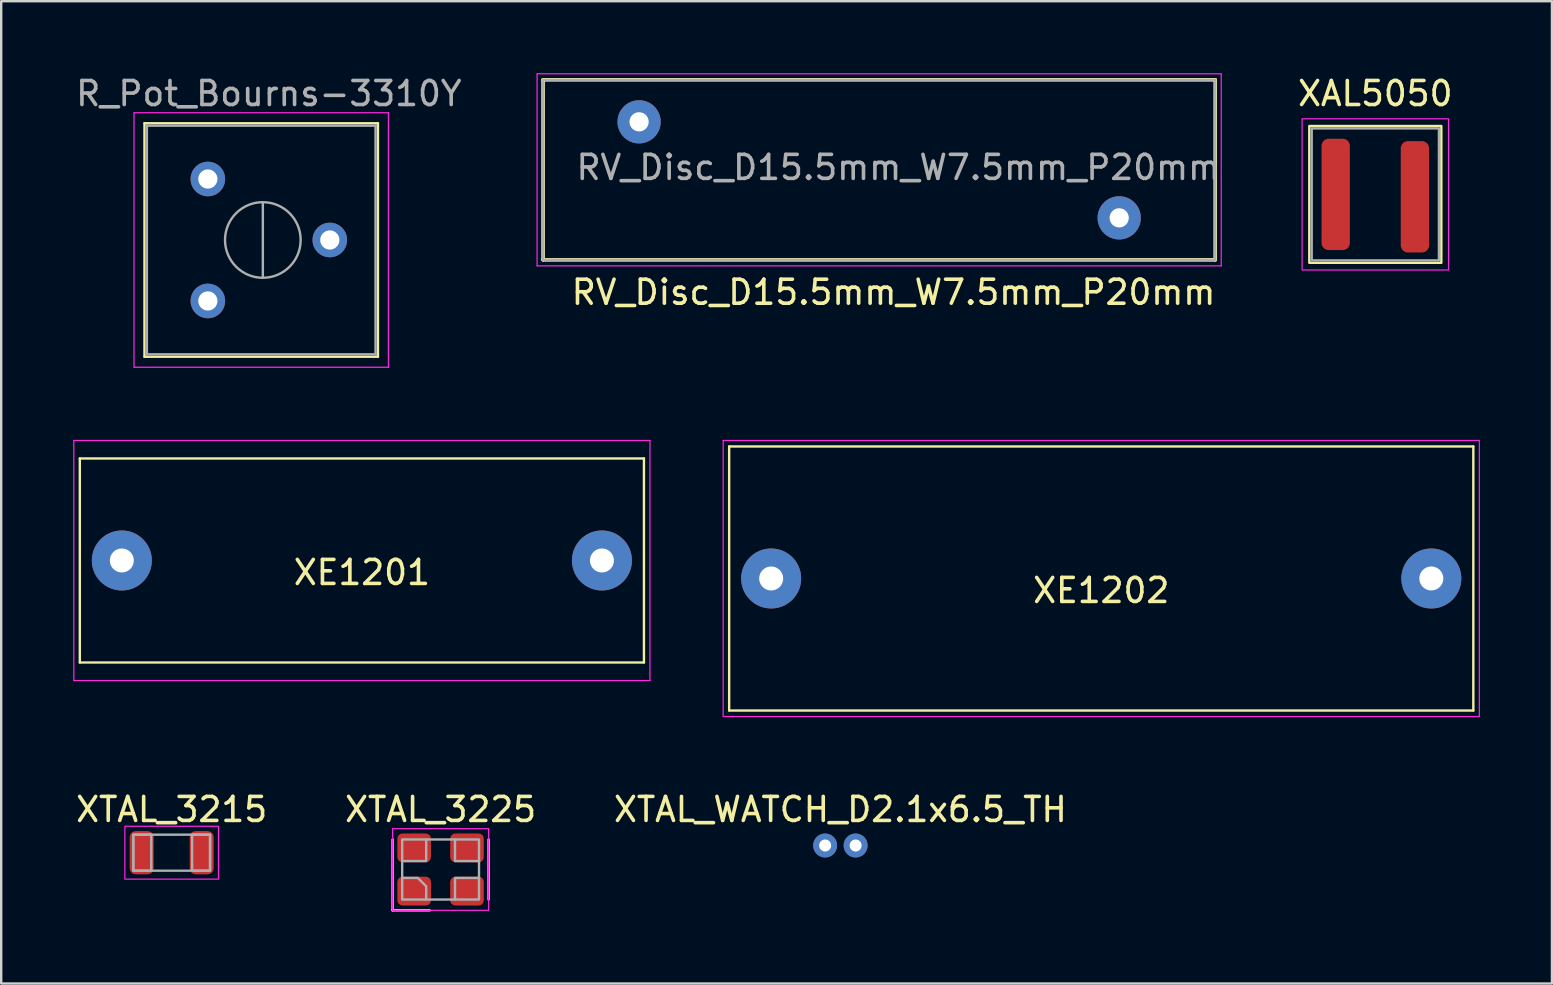
<source format=kicad_pcb>
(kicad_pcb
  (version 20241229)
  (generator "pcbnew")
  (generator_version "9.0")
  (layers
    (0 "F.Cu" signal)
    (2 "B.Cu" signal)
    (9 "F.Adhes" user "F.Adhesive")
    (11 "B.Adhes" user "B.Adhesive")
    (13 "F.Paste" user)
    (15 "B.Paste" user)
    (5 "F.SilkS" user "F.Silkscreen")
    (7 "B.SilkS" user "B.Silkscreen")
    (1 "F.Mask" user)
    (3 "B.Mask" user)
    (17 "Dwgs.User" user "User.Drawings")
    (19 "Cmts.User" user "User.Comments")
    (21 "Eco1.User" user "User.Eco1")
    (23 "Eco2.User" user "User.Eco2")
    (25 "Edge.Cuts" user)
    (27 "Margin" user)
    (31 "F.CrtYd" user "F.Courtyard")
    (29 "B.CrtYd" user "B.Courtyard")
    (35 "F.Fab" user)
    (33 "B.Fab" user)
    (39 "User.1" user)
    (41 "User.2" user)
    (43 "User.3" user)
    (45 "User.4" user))
  (footprint "XTAL_WATCH_D2.1x6.5_TH"
    (layer "F.Cu")
    (at 31.958 32.171)
    (property "Reference" "XTAL_WATCH_D2.1x6.5_TH" (at 0 -1.5 0) (layer "F.SilkS") (effects (font (size 1 1) (thickness 0.15))))
    (attr through_hole)
    (fp_line (start -0.635 -0.7) (end 0.635 -0.7) (stroke (width 0.1) (type solid)) (layer "B.Paste"))
    (fp_line (start -0.635 0.7) (end 0.635 0.7) (stroke (width 0.1) (type solid)) (layer "B.Paste"))
    (fp_arc (start -0.635 0.7) (mid -1.335 0) (end -0.635 -0.7) (stroke (width 0.1) (type solid)) (layer "B.Paste"))
    (fp_arc (start 0.635 -0.7) (mid 1.335 0) (end 0.635 0.7) (stroke (width 0.1) (type solid)) (layer "B.Paste"))
    (pad "1" thru_hole circle (at -0.635 0) (size 1 1) (drill 0.5) (layers "*.Cu" "*.Mask"))
    (pad "2" thru_hole circle (at 0.635 0) (size 1 1) (drill 0.5) (layers "*.Cu" "*.Mask")))
  (footprint "XE1201"
    (layer "F.Cu")
    (at 12.025 20.298)
    (property "Reference" "XE1201" (at 0 0.5 0) (layer "F.SilkS") (effects (font (size 1 1) (thickness 0.15))))
    (attr through_hole)
    (fp_line (start -11.75 -4.25) (end 11.75 -4.25) (stroke (width 0.1) (type solid)) (layer "F.SilkS"))
    (fp_line (start -11.75 4.25) (end -11.75 -4.25) (stroke (width 0.1) (type solid)) (layer "F.SilkS"))
    (fp_line (start 11.75 -4.25) (end 11.75 4.25) (stroke (width 0.1) (type solid)) (layer "F.SilkS"))
    (fp_line (start 11.75 4.25) (end -11.75 4.25) (stroke (width 0.1) (type solid)) (layer "F.SilkS"))
    (fp_line (start -12 -5) (end -12 5) (stroke (width 0.05) (type solid)) (layer "F.CrtYd"))
    (fp_line (start -12 -5) (end 12 -5) (stroke (width 0.05) (type solid)) (layer "F.CrtYd"))
    (fp_line (start 12 -5) (end 12 5) (stroke (width 0.05) (type solid)) (layer "F.CrtYd"))
    (fp_line (start 12 5) (end -12 5) (stroke (width 0.05) (type solid)) (layer "F.CrtYd"))
    (pad "1" thru_hole circle (at -10 0) (size 2.5 2.5) (drill 1) (layers "*.Cu" "*.Mask"))
    (pad "2" thru_hole circle (at 10 0) (size 2.5 2.5) (drill 1) (layers "*.Cu" "*.Mask")))
  (footprint "XAL5050"
    (layer "F.Cu")
    (at 54.242 5.048)
    (property "Reference" "XAL5050" (at 0 -4.2 0) (unlocked yes) (layer "F.SilkS") (effects (font (size 1 1) (thickness 0.15))))
    (attr smd)
    (fp_rect (start -2.75 -2.85) (end 2.75 2.85) (stroke (width 0.1) (type solid)) (fill no) (layer "F.SilkS"))
    (fp_rect (start -3.05 -3.15) (end 3.05 3.15) (stroke (width 0.05) (type solid)) (fill no) (layer "F.CrtYd"))
    (fp_rect (start -2.65 -2.75) (end 2.65 2.75) (stroke (width 0.1) (type solid)) (fill no) (layer "F.Fab"))
    (pad "1" smd roundrect (at -1.65 0) (size 1.18 4.64) (layers "F.Cu" "F.Mask" "F.Paste") (roundrect_rratio 0.25))
    (pad "2" smd roundrect (at 1.65 0.1) (size 1.18 4.64) (layers "F.Cu" "F.Mask" "F.Paste") (roundrect_rratio 0.25)))
  (footprint "XTAL_3225"
    (layer "F.Cu")
    (at 15.304 33.171)
    (property "Reference" "XTAL_3225" (at 0 -2.5 0) (layer "F.SilkS") (effects (font (size 1 1) (thickness 0.15))))
    (attr smd)
    (fp_line (start -2 -1.25) (end -2 1.7) (stroke (width 0.1) (type solid)) (layer "F.SilkS"))
    (fp_line (start -2 1.7) (end -0.45 1.7) (stroke (width 0.1) (type solid)) (layer "F.SilkS"))
    (fp_line (start 2 -1.25) (end 2 1.25) (stroke (width 0.1) (type solid)) (layer "F.SilkS"))
    (fp_line (start -2 -1.7) (end -2 1.7) (stroke (width 0.05) (type solid)) (layer "F.CrtYd"))
    (fp_line (start -2 1.7) (end 2 1.7) (stroke (width 0.05) (type solid)) (layer "F.CrtYd"))
    (fp_line (start 2 -1.7) (end -2 -1.7) (stroke (width 0.05) (type solid)) (layer "F.CrtYd"))
    (fp_line (start 2 1.7) (end 2 -1.7) (stroke (width 0.05) (type solid)) (layer "F.CrtYd"))
    (fp_line (start -1.6 -0.35) (end -1.6 0.35) (stroke (width 0.1) (type solid)) (layer "F.Fab"))
    (fp_line (start -0.6 1.25) (end 0.6 1.25) (stroke (width 0.1) (type solid)) (layer "F.Fab"))
    (fp_line (start 0.6 -1.25) (end -0.6 -1.25) (stroke (width 0.1) (type solid)) (layer "F.Fab"))
    (fp_line (start 1.6 0.35) (end 1.6 -0.35) (stroke (width 0.1) (type solid)) (layer "F.Fab"))
    (fp_poly (pts (xy -0.6 -0.35) (xy -1.6 -0.35) (xy -1.6 -1.25) (xy -0.6 -1.25)) (stroke (width 0.1) (type solid)) (fill no) (layer "F.Fab"))
    (fp_poly (pts (xy 1.6 -0.35) (xy 0.6 -0.35) (xy 0.6 -1.25) (xy 1.6 -1.25)) (stroke (width 0.1) (type solid)) (fill no) (layer "F.Fab"))
    (fp_poly (pts (xy 1.6 1.25) (xy 0.6 1.25) (xy 0.6 0.35) (xy 1.6 0.35)) (stroke (width 0.1) (type solid)) (fill no) (layer "F.Fab"))
    (fp_poly (pts (xy -0.6 1.25) (xy -1.6 1.25) (xy -1.6 0.35) (xy -0.95 0.35) (xy -0.6 0.7)) (stroke (width 0.1) (type solid)) (fill no) (layer "F.Fab"))
    (pad "1" smd roundrect (at -1.1 0.9) (size 1.4 1.2) (layers "F.Cu" "F.Mask" "F.Paste") (roundrect_rratio 0.179))
    (pad "2" smd roundrect (at 1.1 0.9) (size 1.4 1.2) (layers "F.Cu" "F.Mask" "F.Paste") (roundrect_rratio 0.179))
    (pad "3" smd roundrect (at 1.1 -0.9) (size 1.4 1.2) (layers "F.Cu" "F.Mask" "F.Paste") (roundrect_rratio 0.179))
    (pad "4" smd roundrect (at -1.1 -0.9) (size 1.4 1.2) (layers "F.Cu" "F.Mask" "F.Paste") (roundrect_rratio 0.179)))
  (footprint "RV_Disc_D15.5mm_W7.5mm_P20mm"
    (layer "F.Cu")
    (at 23.573 2.025)
    (property "Reference" "RV_Disc_D15.5mm_W7.5mm_P20mm" (at 10.6 7.1 0) (layer "F.SilkS") (effects (font (size 1 1) (thickness 0.15))))
    (attr through_hole)
    (fp_line (start -4 -1.75) (end -4 5.75) (stroke (width 0.15) (type solid)) (layer "F.SilkS"))
    (fp_line (start -4 -1.75) (end 24 -1.75) (stroke (width 0.15) (type solid)) (layer "F.SilkS"))
    (fp_line (start -4 5.75) (end 24 5.75) (stroke (width 0.15) (type solid)) (layer "F.SilkS"))
    (fp_line (start 24 -1.75) (end 24 5.75) (stroke (width 0.15) (type solid)) (layer "F.SilkS"))
    (fp_line (start -4.25 -2) (end -4.25 6) (stroke (width 0.05) (type solid)) (layer "F.CrtYd"))
    (fp_line (start -4.25 -2) (end 24.25 -2) (stroke (width 0.05) (type solid)) (layer "F.CrtYd"))
    (fp_line (start -4.25 6) (end 24.25 6) (stroke (width 0.05) (type solid)) (layer "F.CrtYd"))
    (fp_line (start 24.25 -2) (end 24.25 6) (stroke (width 0.05) (type solid)) (layer "F.CrtYd"))
    (fp_line (start -4 -1.75) (end -4 5.75) (stroke (width 0.1) (type solid)) (layer "F.Fab"))
    (fp_line (start -4 -1.75) (end 24 -1.75) (stroke (width 0.1) (type solid)) (layer "F.Fab"))
    (fp_line (start -4 5.75) (end 24 5.75) (stroke (width 0.1) (type solid)) (layer "F.Fab"))
    (fp_line (start 24 -1.75) (end 24 5.75) (stroke (width 0.1) (type solid)) (layer "F.Fab"))
    (fp_text user "${REFERENCE}" (at 10.8 1.9 0) (layer "F.Fab") (effects (font (size 1 1) (thickness 0.15))))
    (pad "1" thru_hole circle (at 0 0) (size 1.8 1.8) (drill 0.8) (layers "*.Cu" "*.Mask"))
    (pad "2" thru_hole circle (at 20 4) (size 1.8 1.8) (drill 0.8) (layers "*.Cu" "*.Mask")))
  (footprint "R_Pot_Bourns-3310Y"
    (layer "F.Cu")
    (at 8.149 6.948)
    (property "Reference" "R_Pot_Bourns-3310Y" (at 0 -6.1 180) (layer "F.Fab") (effects (font (size 1 1) (thickness 0.15))))
    (attr through_hole)
    (fp_line (start -5.18 -4.863) (end -5.18 4.862) (stroke (width 0.1) (type solid)) (layer "F.SilkS"))
    (fp_line (start -5.18 -4.863) (end 4.545 -4.863) (stroke (width 0.1) (type solid)) (layer "F.SilkS"))
    (fp_line (start -5.18 4.862) (end 4.545 4.862) (stroke (width 0.1) (type solid)) (layer "F.SilkS"))
    (fp_line (start 4.545 -4.863) (end 4.545 4.862) (stroke (width 0.1) (type solid)) (layer "F.SilkS"))
    (fp_line (start -5.617 -5.301) (end -5.617 5.3) (stroke (width 0.05) (type solid)) (layer "F.CrtYd"))
    (fp_line (start -5.617 5.3) (end 4.982 5.3) (stroke (width 0.05) (type solid)) (layer "F.CrtYd"))
    (fp_line (start 4.982 -5.301) (end -5.617 -5.301) (stroke (width 0.05) (type solid)) (layer "F.CrtYd"))
    (fp_line (start 4.982 5.3) (end 4.982 -5.301) (stroke (width 0.05) (type solid)) (layer "F.CrtYd"))
    (fp_line (start -5.08 -4.763) (end -5.08 4.762) (stroke (width 0.1) (type solid)) (layer "F.Fab"))
    (fp_line (start -5.08 4.762) (end 4.445 4.762) (stroke (width 0.1) (type solid)) (layer "F.Fab"))
    (fp_line (start -0.25 1.56) (end -0.25 -1.56) (stroke (width 0.1) (type solid)) (layer "F.Fab"))
    (fp_line (start 4.445 -4.763) (end -5.08 -4.763) (stroke (width 0.1) (type solid)) (layer "F.Fab"))
    (fp_line (start 4.445 4.762) (end 4.445 -4.763) (stroke (width 0.1) (type solid)) (layer "F.Fab"))
    (fp_circle (center -0.25 -0.001) (end 1.325 -0.001) (stroke (width 0.1) (type solid)) (fill no) (layer "F.Fab"))
    (pad "1" thru_hole circle (at -2.54 -2.541) (size 1.44 1.44) (drill 0.8) (layers "*.Cu" "*.Mask"))
    (pad "2" thru_hole circle (at 2.54 -0.001) (size 1.44 1.44) (drill 0.8) (layers "*.Cu" "*.Mask"))
    (pad "3" thru_hole circle (at -2.54 2.539) (size 1.44 1.44) (drill 0.8) (layers "*.Cu" "*.Mask")))
  (footprint "XE1202"
    (layer "F.Cu")
    (at 42.825 21.048)
    (property "Reference" "XE1202" (at 0 0.5 0) (layer "F.SilkS") (effects (font (size 1 1) (thickness 0.15))))
    (attr through_hole)
    (fp_line (start -15.5 -5.5) (end 15.5 -5.5) (stroke (width 0.1) (type solid)) (layer "F.SilkS"))
    (fp_line (start -15.5 5.5) (end -15.5 -5.5) (stroke (width 0.1) (type solid)) (layer "F.SilkS"))
    (fp_line (start 15.5 -5.5) (end 15.5 5.5) (stroke (width 0.1) (type solid)) (layer "F.SilkS"))
    (fp_line (start 15.5 5.5) (end -15.5 5.5) (stroke (width 0.1) (type solid)) (layer "F.SilkS"))
    (fp_line (start -15.75 -5.75) (end 15.75 -5.75) (stroke (width 0.05) (type solid)) (layer "F.CrtYd"))
    (fp_line (start -15.75 5.75) (end -15.75 -5.75) (stroke (width 0.05) (type solid)) (layer "F.CrtYd"))
    (fp_line (start 15.75 -5.75) (end 15.75 5.75) (stroke (width 0.05) (type solid)) (layer "F.CrtYd"))
    (fp_line (start 15.75 5.75) (end -15.75 5.75) (stroke (width 0.05) (type solid)) (layer "F.CrtYd"))
    (pad "1" thru_hole circle (at -13.75 0) (size 2.5 2.5) (drill 1) (layers "*.Cu" "*.Mask"))
    (pad "2" thru_hole circle (at 13.75 0) (size 2.5 2.5) (drill 1) (layers "*.Cu" "*.Mask")))
  (footprint "XTAL_3215"
    (layer "F.Cu")
    (at 4.101 32.471)
    (property "Reference" "XTAL_3215" (at 0 -1.8 0) (layer "F.SilkS") (effects (font (size 1 1) (thickness 0.15))))
    (attr smd)
    (fp_rect (start -1.95 -1.1) (end 1.95 1.1) (stroke (width 0.05) (type solid)) (fill no) (layer "F.CrtYd"))
    (fp_rect (start -1.6 -0.75) (end -0.85 0.75) (stroke (width 0.1) (type solid)) (fill no) (layer "F.Fab"))
    (fp_rect (start -1.6 -0.75) (end 1.6 0.75) (stroke (width 0.1) (type solid)) (fill no) (layer "F.Fab"))
    (fp_rect (start 0.85 -0.75) (end 1.6 0.75) (stroke (width 0.1) (type solid)) (fill no) (layer "F.Fab"))
    (pad "1" smd roundrect (at 1.25 0) (size 1 1.8) (layers "F.Cu" "F.Mask" "F.Paste") (roundrect_rratio 0.25))
    (pad "2" smd roundrect (at -1.25 0) (size 1 1.8) (layers "F.Cu" "F.Mask" "F.Paste") (roundrect_rratio 0.25)))
  (gr_rect
    (start -3 -3)
    (end 61.6 37.921)
    (stroke (width 0.1) (type default))
    (fill no)
    (layer "Edge.Cuts")))
</source>
